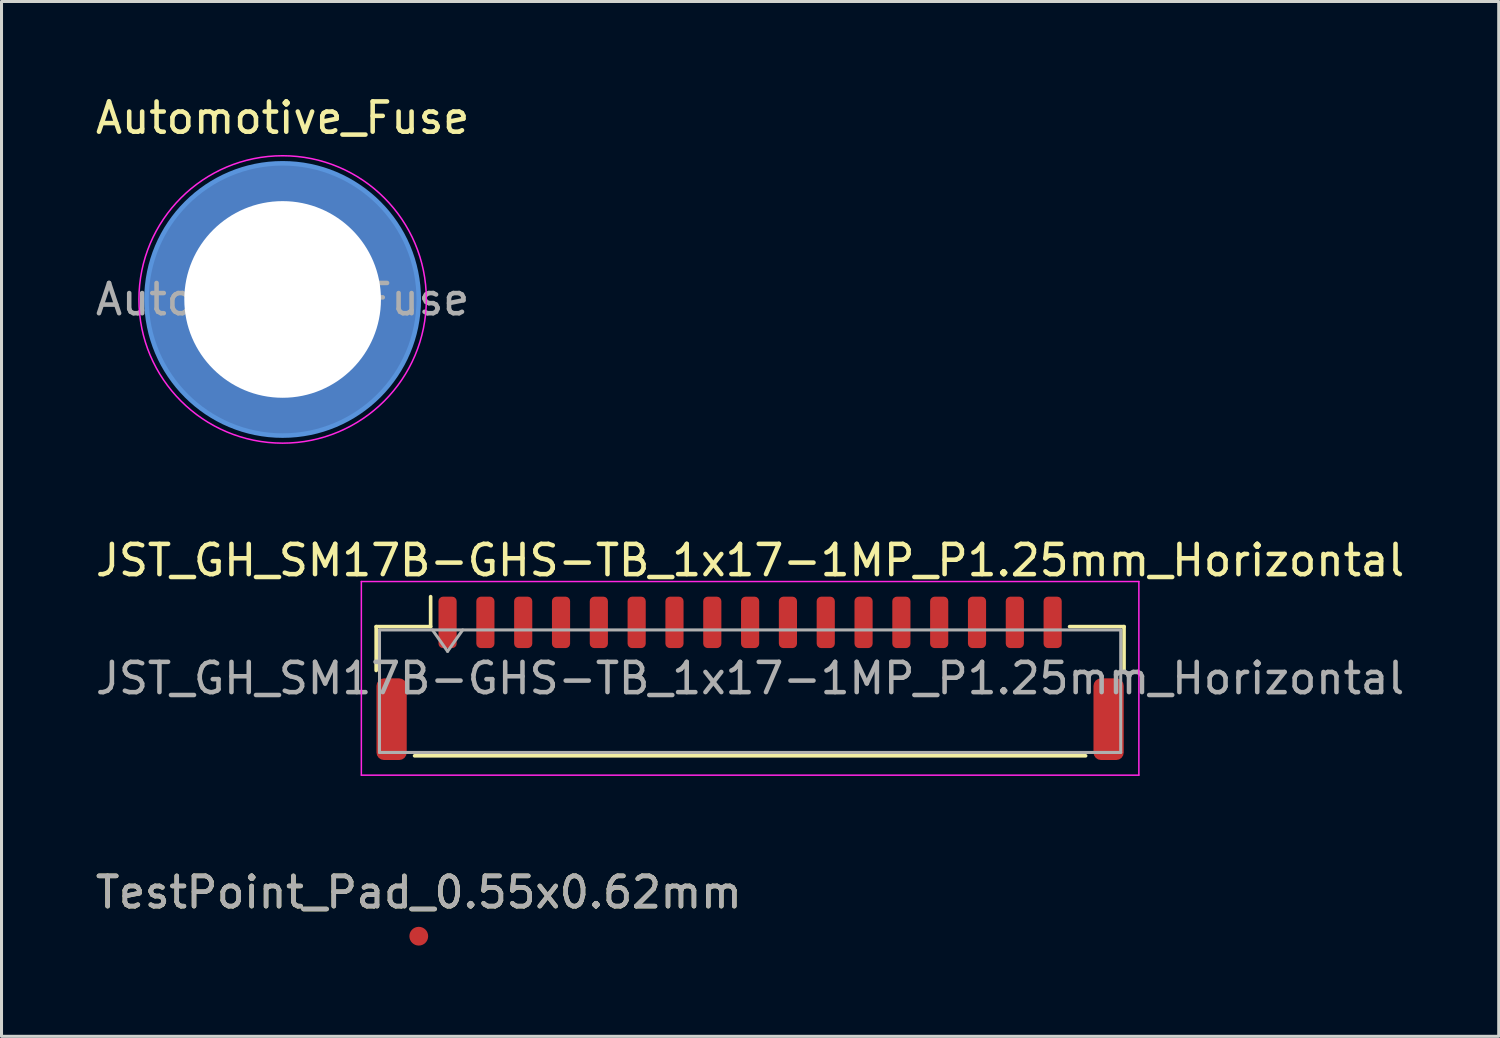
<source format=kicad_pcb>
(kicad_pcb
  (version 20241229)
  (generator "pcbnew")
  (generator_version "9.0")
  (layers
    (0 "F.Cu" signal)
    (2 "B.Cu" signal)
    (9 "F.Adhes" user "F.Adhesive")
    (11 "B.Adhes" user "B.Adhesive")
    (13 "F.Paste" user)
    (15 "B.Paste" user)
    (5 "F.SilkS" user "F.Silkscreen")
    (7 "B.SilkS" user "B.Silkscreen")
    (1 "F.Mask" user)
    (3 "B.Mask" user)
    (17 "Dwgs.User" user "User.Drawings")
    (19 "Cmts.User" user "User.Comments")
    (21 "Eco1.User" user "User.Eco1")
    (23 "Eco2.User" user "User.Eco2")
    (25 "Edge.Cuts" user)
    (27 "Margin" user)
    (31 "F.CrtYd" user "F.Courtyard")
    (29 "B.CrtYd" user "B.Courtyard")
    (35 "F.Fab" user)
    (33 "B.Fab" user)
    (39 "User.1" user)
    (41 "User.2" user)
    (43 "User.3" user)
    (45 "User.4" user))
  (footprint "JST_GH_SM17B-GHS-TB_1x17-1MP_P1.25mm_Horizontal"
    (layer "F.Cu")
    (at 21.744 19.372)
    (property "Reference" "JST_GH_SM17B-GHS-TB_1x17-1MP_P1.25mm_Horizontal" (at 0 -3.9 0) (layer "F.SilkS") (effects (font (size 1 1) (thickness 0.15))))
    (attr smd)
    (fp_line (start -12.36 -1.71) (end -10.56 -1.71) (stroke (width 0.12) (type solid)) (layer "F.SilkS"))
    (fp_line (start -12.36 -0.26) (end -12.36 -1.71) (stroke (width 0.12) (type solid)) (layer "F.SilkS"))
    (fp_line (start -11.09 2.56) (end 11.09 2.56) (stroke (width 0.12) (type solid)) (layer "F.SilkS"))
    (fp_line (start -10.56 -1.71) (end -10.56 -2.7) (stroke (width 0.12) (type solid)) (layer "F.SilkS"))
    (fp_line (start 12.36 -1.71) (end 10.56 -1.71) (stroke (width 0.12) (type solid)) (layer "F.SilkS"))
    (fp_line (start 12.36 -0.26) (end 12.36 -1.71) (stroke (width 0.12) (type solid)) (layer "F.SilkS"))
    (fp_line (start -12.85 -3.2) (end -12.85 3.2) (stroke (width 0.05) (type solid)) (layer "F.CrtYd"))
    (fp_line (start -12.85 3.2) (end 12.85 3.2) (stroke (width 0.05) (type solid)) (layer "F.CrtYd"))
    (fp_line (start 12.85 -3.2) (end -12.85 -3.2) (stroke (width 0.05) (type solid)) (layer "F.CrtYd"))
    (fp_line (start 12.85 3.2) (end 12.85 -3.2) (stroke (width 0.05) (type solid)) (layer "F.CrtYd"))
    (fp_line (start -12.25 -1.6) (end -12.25 2.45) (stroke (width 0.1) (type solid)) (layer "F.Fab"))
    (fp_line (start -12.25 -1.6) (end 12.25 -1.6) (stroke (width 0.1) (type solid)) (layer "F.Fab"))
    (fp_line (start -12.25 2.45) (end 12.25 2.45) (stroke (width 0.1) (type solid)) (layer "F.Fab"))
    (fp_line (start -10.5 -1.6) (end -10 -0.893) (stroke (width 0.1) (type solid)) (layer "F.Fab"))
    (fp_line (start -10 -0.893) (end -9.5 -1.6) (stroke (width 0.1) (type solid)) (layer "F.Fab"))
    (fp_line (start 12.25 -1.6) (end 12.25 2.45) (stroke (width 0.1) (type solid)) (layer "F.Fab"))
    (fp_text user "${REFERENCE}" (at 0 0 0) (layer "F.Fab") (effects (font (size 1 1) (thickness 0.15))))
    (pad "1" smd roundrect (at -10 -1.85) (size 0.6 1.7) (layers "F.Cu" "F.Mask" "F.Paste") (roundrect_rratio 0.25))
    (pad "2" smd roundrect (at -8.75 -1.85) (size 0.6 1.7) (layers "F.Cu" "F.Mask" "F.Paste") (roundrect_rratio 0.25))
    (pad "3" smd roundrect (at -7.5 -1.85) (size 0.6 1.7) (layers "F.Cu" "F.Mask" "F.Paste") (roundrect_rratio 0.25))
    (pad "4" smd roundrect (at -6.25 -1.85) (size 0.6 1.7) (layers "F.Cu" "F.Mask" "F.Paste") (roundrect_rratio 0.25))
    (pad "5" smd roundrect (at -5 -1.85) (size 0.6 1.7) (layers "F.Cu" "F.Mask" "F.Paste") (roundrect_rratio 0.25))
    (pad "6" smd roundrect (at -3.75 -1.85) (size 0.6 1.7) (layers "F.Cu" "F.Mask" "F.Paste") (roundrect_rratio 0.25))
    (pad "7" smd roundrect (at -2.5 -1.85) (size 0.6 1.7) (layers "F.Cu" "F.Mask" "F.Paste") (roundrect_rratio 0.25))
    (pad "8" smd roundrect (at -1.25 -1.85) (size 0.6 1.7) (layers "F.Cu" "F.Mask" "F.Paste") (roundrect_rratio 0.25))
    (pad "9" smd roundrect (at 0 -1.85) (size 0.6 1.7) (layers "F.Cu" "F.Mask" "F.Paste") (roundrect_rratio 0.25))
    (pad "10" smd roundrect (at 1.25 -1.85) (size 0.6 1.7) (layers "F.Cu" "F.Mask" "F.Paste") (roundrect_rratio 0.25))
    (pad "11" smd roundrect (at 2.5 -1.85) (size 0.6 1.7) (layers "F.Cu" "F.Mask" "F.Paste") (roundrect_rratio 0.25))
    (pad "12" smd roundrect (at 3.75 -1.85) (size 0.6 1.7) (layers "F.Cu" "F.Mask" "F.Paste") (roundrect_rratio 0.25))
    (pad "13" smd roundrect (at 5 -1.85) (size 0.6 1.7) (layers "F.Cu" "F.Mask" "F.Paste") (roundrect_rratio 0.25))
    (pad "14" smd roundrect (at 6.25 -1.85) (size 0.6 1.7) (layers "F.Cu" "F.Mask" "F.Paste") (roundrect_rratio 0.25))
    (pad "15" smd roundrect (at 7.5 -1.85) (size 0.6 1.7) (layers "F.Cu" "F.Mask" "F.Paste") (roundrect_rratio 0.25))
    (pad "16" smd roundrect (at 8.75 -1.85) (size 0.6 1.7) (layers "F.Cu" "F.Mask" "F.Paste") (roundrect_rratio 0.25))
    (pad "17" smd roundrect (at 10 -1.85) (size 0.6 1.7) (layers "F.Cu" "F.Mask" "F.Paste") (roundrect_rratio 0.25))
    (pad "MP" smd roundrect (at -11.85 1.35) (size 1 2.7) (layers "F.Cu" "F.Mask" "F.Paste") (roundrect_rratio 0.25))
    (pad "MP" smd roundrect (at 11.85 1.35) (size 1 2.7) (layers "F.Cu" "F.Mask" "F.Paste") (roundrect_rratio 0.25)))
  (footprint "TestPoint_Pad_0.55x0.62mm"
    (layer "F.Cu")
    (at 10.792 27.895)
    (property "Reference" "TestPoint_Pad_0.55x0.62mm" (at 0 -1.448 0) (layer "F.SilkS") (effects (font (size 1 1) (thickness 0.15))))
    (attr exclude_from_pos_files)
    (fp_text user "${REFERENCE}" (at 0 -1.45 0) (layer "F.Fab") (effects (font (size 1 1) (thickness 0.15))))
    (pad "1" smd circle (at 0 0) (size 0.62 0.62) (layers "F.Cu" "F.Mask")))
  (footprint "Automotive_Fuse"
    (layer "F.Cu")
    (at 6.292 6.848)
    (property "Reference" "Automotive_Fuse" (at 0 -6 0) (layer "F.SilkS") (effects (font (size 1 1) (thickness 0.15))))
    (attr exclude_from_pos_files exclude_from_bom)
    (fp_circle (center 0 0) (end 4.5 0) (stroke (width 0.15) (type solid)) (fill no) (layer "Cmts.User"))
    (fp_circle (center 0 0) (end 4.75 0) (stroke (width 0.05) (type solid)) (fill no) (layer "F.CrtYd"))
    (fp_text user "${REFERENCE}" (at 0 0 0) (layer "F.Fab") (effects (font (size 1 1) (thickness 0.15))))
    (pad "1" thru_hole circle (at 0 0) (size 9 9) (drill 6.5) (layers "*.Cu" "*.Mask")))
  (gr_rect
    (start -3 -3)
    (end 46.488 31.205)
    (stroke (width 0.1) (type default))
    (fill no)
    (layer "Edge.Cuts")))
</source>
